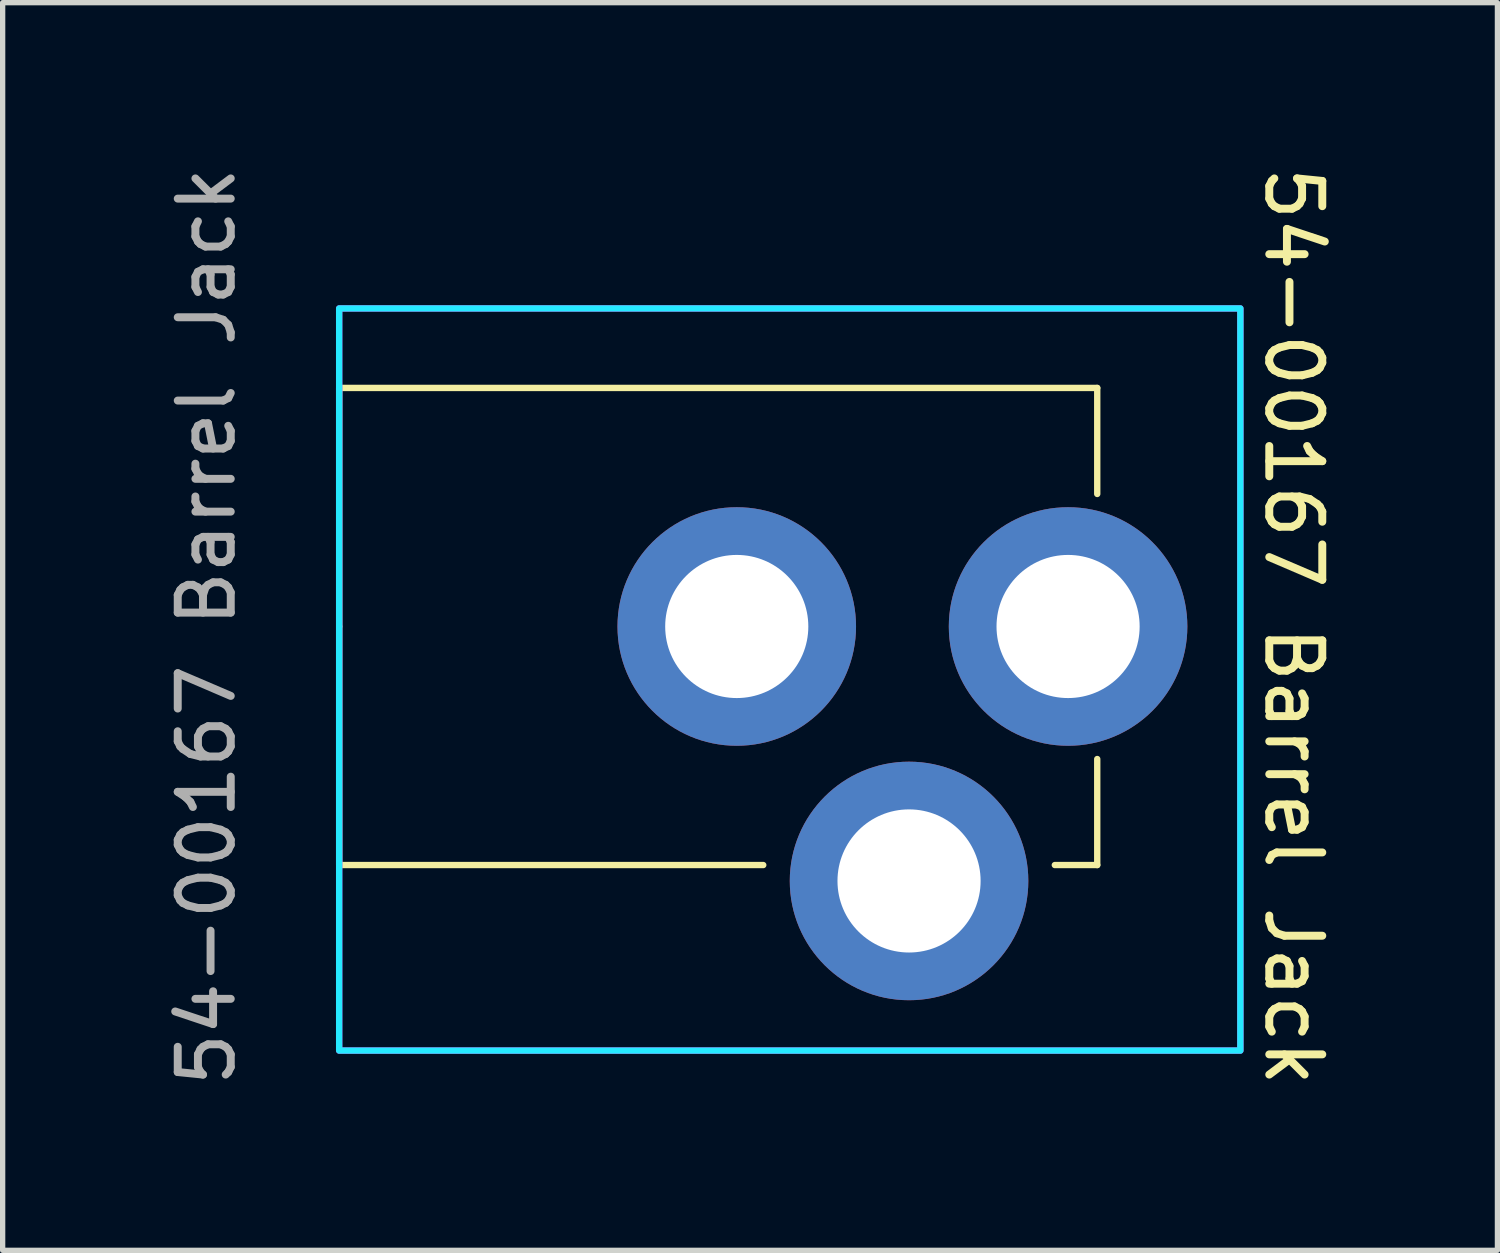
<source format=kicad_pcb>
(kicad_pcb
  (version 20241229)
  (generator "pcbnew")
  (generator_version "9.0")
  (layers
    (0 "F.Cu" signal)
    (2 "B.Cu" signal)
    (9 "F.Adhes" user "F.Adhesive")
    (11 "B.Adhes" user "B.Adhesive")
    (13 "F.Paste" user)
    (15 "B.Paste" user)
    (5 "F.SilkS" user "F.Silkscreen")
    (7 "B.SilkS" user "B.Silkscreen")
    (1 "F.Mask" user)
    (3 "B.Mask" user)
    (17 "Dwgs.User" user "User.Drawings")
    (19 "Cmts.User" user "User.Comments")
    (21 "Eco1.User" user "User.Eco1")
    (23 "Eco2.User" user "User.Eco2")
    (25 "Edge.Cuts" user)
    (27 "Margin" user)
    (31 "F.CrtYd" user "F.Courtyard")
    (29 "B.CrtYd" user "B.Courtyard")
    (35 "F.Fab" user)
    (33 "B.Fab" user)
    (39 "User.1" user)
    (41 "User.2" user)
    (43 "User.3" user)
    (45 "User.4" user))
  (footprint "54-00167 Barrel Jack"
    (layer "F.Cu")
    (at 3.348 8.768)
    (property "Reference" "54-00167 Barrel Jack" (at 18 0 270) (unlocked yes) (layer "F.SilkS") (effects (font (size 1 1) (thickness 0.15))))
    (attr through_hole)
    (fp_line (start 0 -4.5) (end 14.3 -4.5) (stroke (width 0.12) (type default)) (layer "F.SilkS"))
    (fp_line (start 0 0) (end 0 -4.5) (stroke (width 0.12) (type default)) (layer "F.SilkS"))
    (fp_line (start 0 0) (end 0 4.5) (stroke (width 0.12) (type default)) (layer "F.SilkS"))
    (fp_line (start 0 4.5) (end 8 4.5) (stroke (width 0.12) (type default)) (layer "F.SilkS"))
    (fp_line (start 14.3 -4.5) (end 14.3 -2.5) (stroke (width 0.12) (type default)) (layer "F.SilkS"))
    (fp_line (start 14.3 2.5) (end 14.3 4.5) (stroke (width 0.12) (type default)) (layer "F.SilkS"))
    (fp_line (start 14.3 4.5) (end 13.5 4.5) (stroke (width 0.12) (type default)) (layer "F.SilkS"))
    (fp_rect (start 0 -6) (end 17 8) (stroke (width 0.12) (type default)) (fill no) (layer "B.CrtYd"))
    (fp_rect (start 0 -6) (end 17 8) (stroke (width 0.12) (type default)) (fill no) (layer "F.CrtYd"))
    (fp_text user "${REFERENCE}" (at -2.5 0 90) (unlocked yes) (layer "F.Fab") (effects (font (size 1 1) (thickness 0.15))))
    (pad "1" thru_hole circle (at 7.5 0) (size 4.5 4.5) (drill 2.7) (layers "*.Cu" "*.Mask"))
    (pad "2" thru_hole circle (at 10.75 4.8) (size 4.5 4.5) (drill 2.7) (layers "*.Cu" "*.Mask"))
    (pad "2" thru_hole circle (at 13.75 0) (size 4.5 4.5) (drill 2.7) (layers "*.Cu" "*.Mask")))
  (gr_rect
    (start -3 -3)
    (end 25.197 20.536)
    (stroke (width 0.1) (type default))
    (fill no)
    (layer "Edge.Cuts")))
</source>
